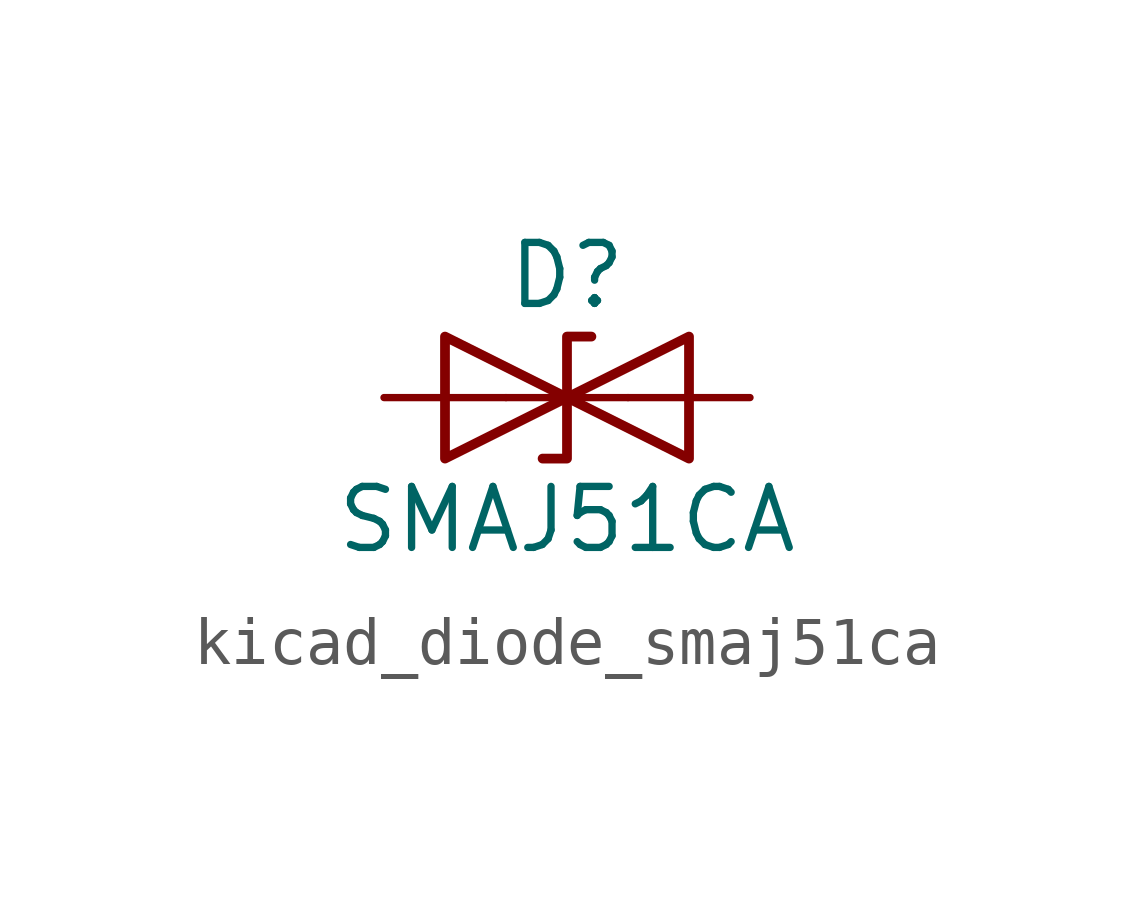
<source format=kicad_sym>
(kicad_symbol_lib
  (version 20220914)
  (generator kicad_symbol_editor)
  (symbol "kicad_diode_smaj51ca"
    (pin_numbers hide)
    (pin_names
      (offset 1.016) hide)
    (property "Reference" "D"
      (at 0 2.54 0)
      (effects (font (size 1.27 1.27))))
    (property "Value" "SMAJ51CA"
      (at 0 -2.54 0)
      (effects (font (size 1.27 1.27))))
    (symbol "kicad_diode_smaj51ca_0_1"
      (polyline (pts (xy 1.27 0) (xy -1.27 0)) (stroke (width 0) (type default)) (fill (type none)))
      (polyline (pts (xy -2.54 -1.27) (xy 0 0) (xy -2.54 1.27) (xy -2.54 -1.27)) (stroke (width 0.203) (type default)) (fill (type none)))
      (polyline (pts (xy 0.508 1.27) (xy 0 1.27) (xy 0 -1.27) (xy -0.508 -1.27)) (stroke (width 0.203) (type default)) (fill (type none)))
      (polyline (pts (xy 2.54 1.27) (xy 2.54 -1.27) (xy 0 0) (xy 2.54 1.27)) (stroke (width 0.203) (type default)) (fill (type none))))
    (symbol "kicad_diode_smaj51ca_1_1"
      (pin passive line (at -3.81 0 0) (length 2.54) (name "A1" (effects (font (size 1.27 1.27)))) (number "1" (effects (font (size 1.27 1.27)))))
      (pin passive line (at 3.81 0 180) (length 2.54) (name "A2" (effects (font (size 1.27 1.27)))) (number "2" (effects (font (size 1.27 1.27))))))))
</source>
